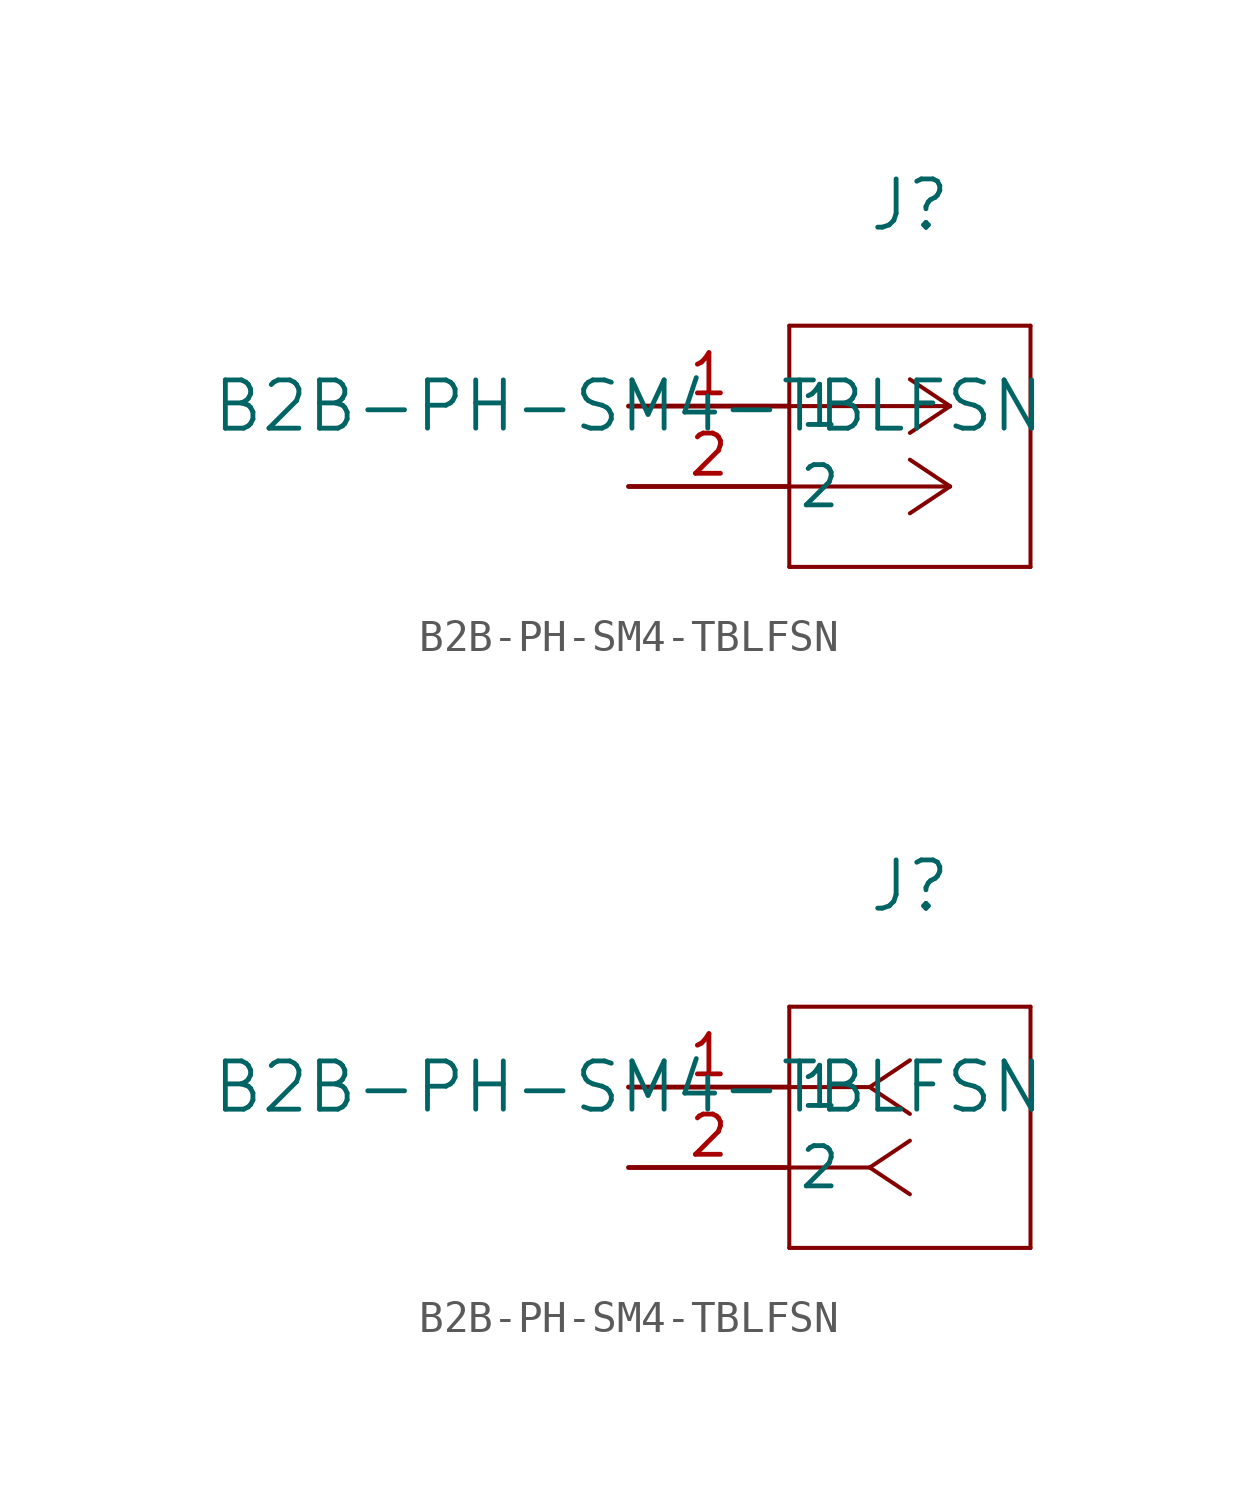
<source format=kicad_sym>
(kicad_symbol_lib
  (version 20220914)
  (generator kicad_symbol_editor)
  (symbol "B2B-PH-SM4-TBLFSN"
    (pin_names
      (offset 0.254))
    (property "Reference" "J"
      (at 8.89 6.35 0)
      (effects (font (size 1.524 1.524))))
    (property "Value" "B2B-PH-SM4-TBLFSN"
      (at 0 0 0)
      (effects (font (size 1.524 1.524))))
    (property "ki_locked" ""
      (at 0 0 0)
      (effects (font (size 1.27 1.27))))
    (symbol "B2B-PH-SM4-TBLFSN_1_1"
      (polyline (pts (xy 5.08 -5.08) (xy 12.7 -5.08)) (stroke (width 0.127) (type default)) (fill (type none)))
      (polyline (pts (xy 5.08 2.54) (xy 5.08 -5.08)) (stroke (width 0.127) (type default)) (fill (type none)))
      (polyline (pts (xy 10.16 -2.54) (xy 5.08 -2.54)) (stroke (width 0.127) (type default)) (fill (type none)))
      (polyline (pts (xy 10.16 -2.54) (xy 8.89 -3.387)) (stroke (width 0.127) (type default)) (fill (type none)))
      (polyline (pts (xy 10.16 -2.54) (xy 8.89 -1.693)) (stroke (width 0.127) (type default)) (fill (type none)))
      (polyline (pts (xy 10.16 0) (xy 5.08 0)) (stroke (width 0.127) (type default)) (fill (type none)))
      (polyline (pts (xy 10.16 0) (xy 8.89 -0.847)) (stroke (width 0.127) (type default)) (fill (type none)))
      (polyline (pts (xy 10.16 0) (xy 8.89 0.847)) (stroke (width 0.127) (type default)) (fill (type none)))
      (polyline (pts (xy 12.7 -5.08) (xy 12.7 2.54)) (stroke (width 0.127) (type default)) (fill (type none)))
      (polyline (pts (xy 12.7 2.54) (xy 5.08 2.54)) (stroke (width 0.127) (type default)) (fill (type none)))
      (pin unspecified line (at 0 0 0) (length 5.08) (name "1" (effects (font (size 1.27 1.27)))) (number "1" (effects (font (size 1.27 1.27)))))
      (pin unspecified line (at 0 -2.54 0) (length 5.08) (name "2" (effects (font (size 1.27 1.27)))) (number "2" (effects (font (size 1.27 1.27))))))
    (symbol "B2B-PH-SM4-TBLFSN_1_2"
      (polyline (pts (xy 5.08 -5.08) (xy 12.7 -5.08)) (stroke (width 0.127) (type default)) (fill (type none)))
      (polyline (pts (xy 5.08 2.54) (xy 5.08 -5.08)) (stroke (width 0.127) (type default)) (fill (type none)))
      (polyline (pts (xy 7.62 -2.54) (xy 5.08 -2.54)) (stroke (width 0.127) (type default)) (fill (type none)))
      (polyline (pts (xy 7.62 -2.54) (xy 8.89 -3.387)) (stroke (width 0.127) (type default)) (fill (type none)))
      (polyline (pts (xy 7.62 -2.54) (xy 8.89 -1.693)) (stroke (width 0.127) (type default)) (fill (type none)))
      (polyline (pts (xy 7.62 0) (xy 5.08 0)) (stroke (width 0.127) (type default)) (fill (type none)))
      (polyline (pts (xy 7.62 0) (xy 8.89 -0.847)) (stroke (width 0.127) (type default)) (fill (type none)))
      (polyline (pts (xy 7.62 0) (xy 8.89 0.847)) (stroke (width 0.127) (type default)) (fill (type none)))
      (polyline (pts (xy 12.7 -5.08) (xy 12.7 2.54)) (stroke (width 0.127) (type default)) (fill (type none)))
      (polyline (pts (xy 12.7 2.54) (xy 5.08 2.54)) (stroke (width 0.127) (type default)) (fill (type none)))
      (pin unspecified line (at 0 0 0) (length 5.08) (name "1" (effects (font (size 1.27 1.27)))) (number "1" (effects (font (size 1.27 1.27)))))
      (pin unspecified line (at 0 -2.54 0) (length 5.08) (name "2" (effects (font (size 1.27 1.27)))) (number "2" (effects (font (size 1.27 1.27))))))))
</source>
